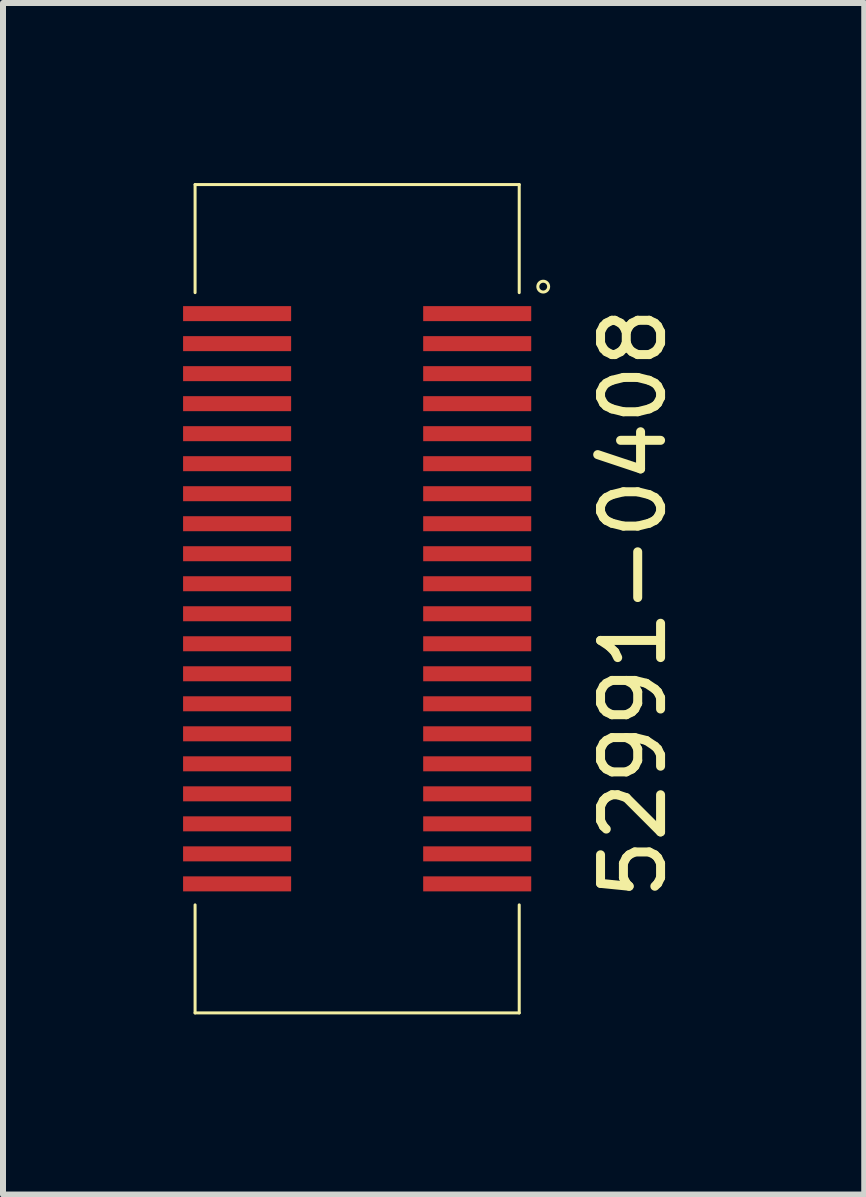
<source format=kicad_pcb>
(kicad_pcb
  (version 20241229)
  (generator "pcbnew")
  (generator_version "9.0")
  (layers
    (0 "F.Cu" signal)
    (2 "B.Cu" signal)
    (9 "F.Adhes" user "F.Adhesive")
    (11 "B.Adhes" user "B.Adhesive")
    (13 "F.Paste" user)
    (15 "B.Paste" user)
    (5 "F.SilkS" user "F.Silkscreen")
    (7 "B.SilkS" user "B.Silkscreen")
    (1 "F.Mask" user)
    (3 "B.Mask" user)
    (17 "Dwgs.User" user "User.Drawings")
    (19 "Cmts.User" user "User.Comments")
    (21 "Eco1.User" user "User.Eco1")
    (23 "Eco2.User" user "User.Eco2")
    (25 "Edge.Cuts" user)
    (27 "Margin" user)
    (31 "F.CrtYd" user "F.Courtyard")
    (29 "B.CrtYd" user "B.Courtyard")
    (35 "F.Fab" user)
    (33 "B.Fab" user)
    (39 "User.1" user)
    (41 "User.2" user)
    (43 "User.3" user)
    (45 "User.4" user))
  (footprint "52991-0408"
    (layer "F.Cu")
    (at 2.9 6.925)
    (property "Reference" "52991-0408" (at 4.6 0.075 90) (layer "F.SilkS") (effects (font (size 1 1) (thickness 0.15))))
    (attr through_hole)
    (fp_line (start -2.7 -6.9) (end -2.7 -5.1) (stroke (width 0.05) (type solid)) (layer "F.SilkS"))
    (fp_line (start -2.7 -6.9) (end 2.7 -6.9) (stroke (width 0.05) (type solid)) (layer "F.SilkS"))
    (fp_line (start -2.7 6.9) (end -2.7 5.1) (stroke (width 0.05) (type solid)) (layer "F.SilkS"))
    (fp_line (start 2.7 -6.9) (end 2.7 -5.1) (stroke (width 0.05) (type solid)) (layer "F.SilkS"))
    (fp_line (start 2.7 5.1) (end 2.7 6.9) (stroke (width 0.05) (type solid)) (layer "F.SilkS"))
    (fp_line (start 2.7 6.9) (end -2.7 6.9) (stroke (width 0.05) (type solid)) (layer "F.SilkS"))
    (fp_circle (center 3.1 -5.2) (end 3.175 -5.25) (stroke (width 0.05) (type solid)) (fill no) (layer "F.SilkS"))
    (pad "1" smd rect (at 2 -4.75) (size 1.8 0.25) (layers "F.Cu" "F.Mask" "F.Paste"))
    (pad "2" smd rect (at 2 -4.25) (size 1.8 0.25) (layers "F.Cu" "F.Mask" "F.Paste"))
    (pad "3" smd rect (at 2 -3.75) (size 1.8 0.25) (layers "F.Cu" "F.Mask" "F.Paste"))
    (pad "4" smd rect (at 2 -3.25) (size 1.8 0.25) (layers "F.Cu" "F.Mask" "F.Paste"))
    (pad "5" smd rect (at 2 -2.75) (size 1.8 0.25) (layers "F.Cu" "F.Mask" "F.Paste"))
    (pad "6" smd rect (at 2 -2.25) (size 1.8 0.25) (layers "F.Cu" "F.Mask" "F.Paste"))
    (pad "7" smd rect (at 2 -1.75) (size 1.8 0.25) (layers "F.Cu" "F.Mask" "F.Paste"))
    (pad "8" smd rect (at 2 -1.25) (size 1.8 0.25) (layers "F.Cu" "F.Mask" "F.Paste"))
    (pad "9" smd rect (at 2 -0.75) (size 1.8 0.25) (layers "F.Cu" "F.Mask" "F.Paste"))
    (pad "10" smd rect (at 2 -0.25) (size 1.8 0.25) (layers "F.Cu" "F.Mask" "F.Paste"))
    (pad "11" smd rect (at 2 0.25) (size 1.8 0.25) (layers "F.Cu" "F.Mask" "F.Paste"))
    (pad "12" smd rect (at 2 0.75) (size 1.8 0.25) (layers "F.Cu" "F.Mask" "F.Paste"))
    (pad "13" smd rect (at 2 1.25) (size 1.8 0.25) (layers "F.Cu" "F.Mask" "F.Paste"))
    (pad "14" smd rect (at 2 1.75) (size 1.8 0.25) (layers "F.Cu" "F.Mask" "F.Paste"))
    (pad "15" smd rect (at 2 2.25) (size 1.8 0.25) (layers "F.Cu" "F.Mask" "F.Paste"))
    (pad "16" smd rect (at 2 2.75) (size 1.8 0.25) (layers "F.Cu" "F.Mask" "F.Paste"))
    (pad "17" smd rect (at 2 3.25) (size 1.8 0.25) (layers "F.Cu" "F.Mask" "F.Paste"))
    (pad "18" smd rect (at 2 3.75) (size 1.8 0.25) (layers "F.Cu" "F.Mask" "F.Paste"))
    (pad "19" smd rect (at 2 4.25) (size 1.8 0.25) (layers "F.Cu" "F.Mask" "F.Paste"))
    (pad "20" smd rect (at 2 4.75) (size 1.8 0.25) (layers "F.Cu" "F.Mask" "F.Paste"))
    (pad "21" smd rect (at -2 4.75) (size 1.8 0.25) (layers "F.Cu" "F.Mask" "F.Paste"))
    (pad "22" smd rect (at -2 4.25) (size 1.8 0.25) (layers "F.Cu" "F.Mask" "F.Paste"))
    (pad "23" smd rect (at -2 3.75) (size 1.8 0.25) (layers "F.Cu" "F.Mask" "F.Paste"))
    (pad "24" smd rect (at -2 3.25) (size 1.8 0.25) (layers "F.Cu" "F.Mask" "F.Paste"))
    (pad "25" smd rect (at -2 2.75) (size 1.8 0.25) (layers "F.Cu" "F.Mask" "F.Paste"))
    (pad "26" smd rect (at -2 2.25) (size 1.8 0.25) (layers "F.Cu" "F.Mask" "F.Paste"))
    (pad "27" smd rect (at -2 1.75) (size 1.8 0.25) (layers "F.Cu" "F.Mask" "F.Paste"))
    (pad "28" smd rect (at -2 1.25) (size 1.8 0.25) (layers "F.Cu" "F.Mask" "F.Paste"))
    (pad "29" smd rect (at -2 0.75) (size 1.8 0.25) (layers "F.Cu" "F.Mask" "F.Paste"))
    (pad "30" smd rect (at -2 0.25) (size 1.8 0.25) (layers "F.Cu" "F.Mask" "F.Paste"))
    (pad "31" smd rect (at -2 -0.25) (size 1.8 0.25) (layers "F.Cu" "F.Mask" "F.Paste"))
    (pad "32" smd rect (at -2 -0.75) (size 1.8 0.25) (layers "F.Cu" "F.Mask" "F.Paste"))
    (pad "33" smd rect (at -2 -1.25) (size 1.8 0.25) (layers "F.Cu" "F.Mask" "F.Paste"))
    (pad "34" smd rect (at -2 -1.75) (size 1.8 0.25) (layers "F.Cu" "F.Mask" "F.Paste"))
    (pad "35" smd rect (at -2 -2.25) (size 1.8 0.25) (layers "F.Cu" "F.Mask" "F.Paste"))
    (pad "36" smd rect (at -2 -2.75) (size 1.8 0.25) (layers "F.Cu" "F.Mask" "F.Paste"))
    (pad "37" smd rect (at -2 -3.25) (size 1.8 0.25) (layers "F.Cu" "F.Mask" "F.Paste"))
    (pad "38" smd rect (at -2 -3.75) (size 1.8 0.25) (layers "F.Cu" "F.Mask" "F.Paste"))
    (pad "39" smd rect (at -2 -4.25) (size 1.8 0.25) (layers "F.Cu" "F.Mask" "F.Paste"))
    (pad "40" smd rect (at -2 -4.75) (size 1.8 0.25) (layers "F.Cu" "F.Mask" "F.Paste")))
  (gr_rect
    (start -3 -3)
    (end 11.348 16.85)
    (stroke (width 0.1) (type default))
    (fill no)
    (layer "Edge.Cuts")))
</source>
